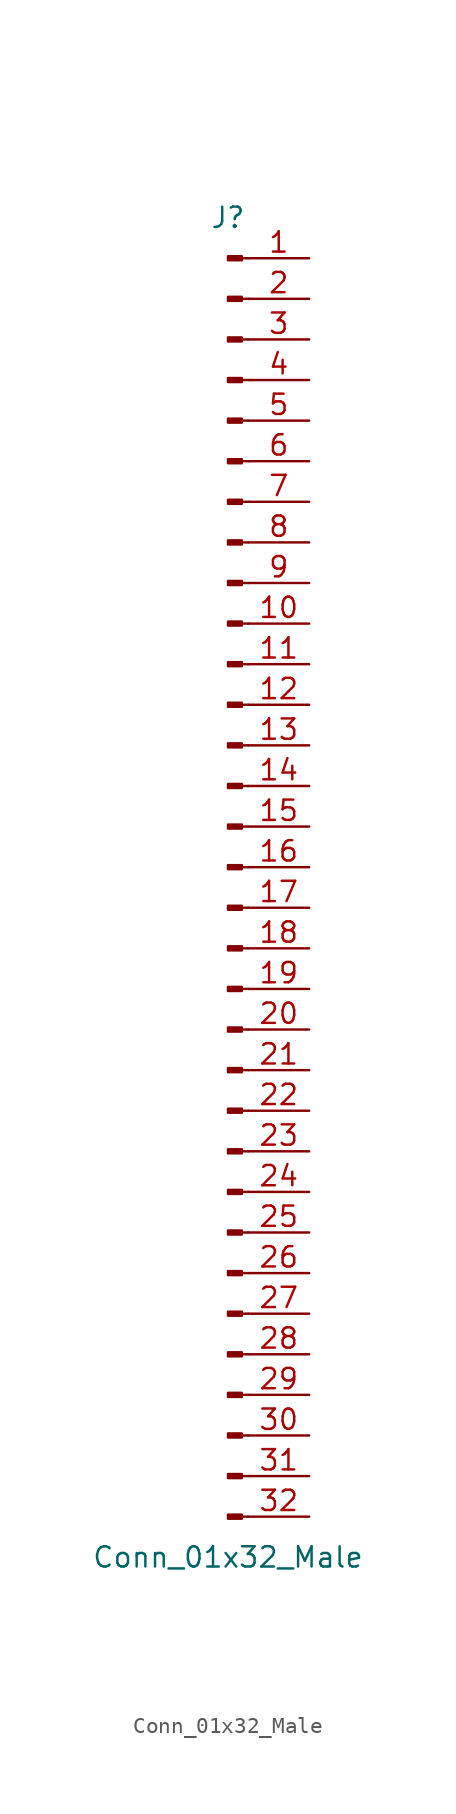
<source format=kicad_sym>
(kicad_symbol_lib
  (version 20220914)
  (generator kicad_symbol_editor)
  (symbol "Conn_01x32_Male"
    (pin_names
      (offset 1.016) hide)
    (property "Reference" "J"
      (at 0 40.64 0)
      (effects (font (size 1.27 1.27))))
    (property "Value" "Conn_01x32_Male"
      (at 0 -43.18 0)
      (effects (font (size 1.27 1.27))))
    (symbol "Conn_01x32_Male_1_1"
      (polyline (pts (xy 1.27 -40.64) (xy 0.864 -40.64)) (stroke (width 0.152) (type default)) (fill (type none)))
      (polyline (pts (xy 1.27 -38.1) (xy 0.864 -38.1)) (stroke (width 0.152) (type default)) (fill (type none)))
      (polyline (pts (xy 1.27 -35.56) (xy 0.864 -35.56)) (stroke (width 0.152) (type default)) (fill (type none)))
      (polyline (pts (xy 1.27 -33.02) (xy 0.864 -33.02)) (stroke (width 0.152) (type default)) (fill (type none)))
      (polyline (pts (xy 1.27 -30.48) (xy 0.864 -30.48)) (stroke (width 0.152) (type default)) (fill (type none)))
      (polyline (pts (xy 1.27 -27.94) (xy 0.864 -27.94)) (stroke (width 0.152) (type default)) (fill (type none)))
      (polyline (pts (xy 1.27 -25.4) (xy 0.864 -25.4)) (stroke (width 0.152) (type default)) (fill (type none)))
      (polyline (pts (xy 1.27 -22.86) (xy 0.864 -22.86)) (stroke (width 0.152) (type default)) (fill (type none)))
      (polyline (pts (xy 1.27 -20.32) (xy 0.864 -20.32)) (stroke (width 0.152) (type default)) (fill (type none)))
      (polyline (pts (xy 1.27 -17.78) (xy 0.864 -17.78)) (stroke (width 0.152) (type default)) (fill (type none)))
      (polyline (pts (xy 1.27 -15.24) (xy 0.864 -15.24)) (stroke (width 0.152) (type default)) (fill (type none)))
      (polyline (pts (xy 1.27 -12.7) (xy 0.864 -12.7)) (stroke (width 0.152) (type default)) (fill (type none)))
      (polyline (pts (xy 1.27 -10.16) (xy 0.864 -10.16)) (stroke (width 0.152) (type default)) (fill (type none)))
      (polyline (pts (xy 1.27 -7.62) (xy 0.864 -7.62)) (stroke (width 0.152) (type default)) (fill (type none)))
      (polyline (pts (xy 1.27 -5.08) (xy 0.864 -5.08)) (stroke (width 0.152) (type default)) (fill (type none)))
      (polyline (pts (xy 1.27 -2.54) (xy 0.864 -2.54)) (stroke (width 0.152) (type default)) (fill (type none)))
      (polyline (pts (xy 1.27 0) (xy 0.864 0)) (stroke (width 0.152) (type default)) (fill (type none)))
      (polyline (pts (xy 1.27 2.54) (xy 0.864 2.54)) (stroke (width 0.152) (type default)) (fill (type none)))
      (polyline (pts (xy 1.27 5.08) (xy 0.864 5.08)) (stroke (width 0.152) (type default)) (fill (type none)))
      (polyline (pts (xy 1.27 7.62) (xy 0.864 7.62)) (stroke (width 0.152) (type default)) (fill (type none)))
      (polyline (pts (xy 1.27 10.16) (xy 0.864 10.16)) (stroke (width 0.152) (type default)) (fill (type none)))
      (polyline (pts (xy 1.27 12.7) (xy 0.864 12.7)) (stroke (width 0.152) (type default)) (fill (type none)))
      (polyline (pts (xy 1.27 15.24) (xy 0.864 15.24)) (stroke (width 0.152) (type default)) (fill (type none)))
      (polyline (pts (xy 1.27 17.78) (xy 0.864 17.78)) (stroke (width 0.152) (type default)) (fill (type none)))
      (polyline (pts (xy 1.27 20.32) (xy 0.864 20.32)) (stroke (width 0.152) (type default)) (fill (type none)))
      (polyline (pts (xy 1.27 22.86) (xy 0.864 22.86)) (stroke (width 0.152) (type default)) (fill (type none)))
      (polyline (pts (xy 1.27 25.4) (xy 0.864 25.4)) (stroke (width 0.152) (type default)) (fill (type none)))
      (polyline (pts (xy 1.27 27.94) (xy 0.864 27.94)) (stroke (width 0.152) (type default)) (fill (type none)))
      (polyline (pts (xy 1.27 30.48) (xy 0.864 30.48)) (stroke (width 0.152) (type default)) (fill (type none)))
      (polyline (pts (xy 1.27 33.02) (xy 0.864 33.02)) (stroke (width 0.152) (type default)) (fill (type none)))
      (polyline (pts (xy 1.27 35.56) (xy 0.864 35.56)) (stroke (width 0.152) (type default)) (fill (type none)))
      (polyline (pts (xy 1.27 38.1) (xy 0.864 38.1)) (stroke (width 0.152) (type default)) (fill (type none)))
      (rectangle (start 0.864 -40.513) (end 0 -40.767) (stroke (width 0.152) (type default)) (fill (type outline)))
      (rectangle (start 0.864 -37.973) (end 0 -38.227) (stroke (width 0.152) (type default)) (fill (type outline)))
      (rectangle (start 0.864 -35.433) (end 0 -35.687) (stroke (width 0.152) (type default)) (fill (type outline)))
      (rectangle (start 0.864 -32.893) (end 0 -33.147) (stroke (width 0.152) (type default)) (fill (type outline)))
      (rectangle (start 0.864 -30.353) (end 0 -30.607) (stroke (width 0.152) (type default)) (fill (type outline)))
      (rectangle (start 0.864 -27.813) (end 0 -28.067) (stroke (width 0.152) (type default)) (fill (type outline)))
      (rectangle (start 0.864 -25.273) (end 0 -25.527) (stroke (width 0.152) (type default)) (fill (type outline)))
      (rectangle (start 0.864 -22.733) (end 0 -22.987) (stroke (width 0.152) (type default)) (fill (type outline)))
      (rectangle (start 0.864 -20.193) (end 0 -20.447) (stroke (width 0.152) (type default)) (fill (type outline)))
      (rectangle (start 0.864 -17.653) (end 0 -17.907) (stroke (width 0.152) (type default)) (fill (type outline)))
      (rectangle (start 0.864 -15.113) (end 0 -15.367) (stroke (width 0.152) (type default)) (fill (type outline)))
      (rectangle (start 0.864 -12.573) (end 0 -12.827) (stroke (width 0.152) (type default)) (fill (type outline)))
      (rectangle (start 0.864 -10.033) (end 0 -10.287) (stroke (width 0.152) (type default)) (fill (type outline)))
      (rectangle (start 0.864 -7.493) (end 0 -7.747) (stroke (width 0.152) (type default)) (fill (type outline)))
      (rectangle (start 0.864 -4.953) (end 0 -5.207) (stroke (width 0.152) (type default)) (fill (type outline)))
      (rectangle (start 0.864 -2.413) (end 0 -2.667) (stroke (width 0.152) (type default)) (fill (type outline)))
      (rectangle (start 0.864 0.127) (end 0 -0.127) (stroke (width 0.152) (type default)) (fill (type outline)))
      (rectangle (start 0.864 2.667) (end 0 2.413) (stroke (width 0.152) (type default)) (fill (type outline)))
      (rectangle (start 0.864 5.207) (end 0 4.953) (stroke (width 0.152) (type default)) (fill (type outline)))
      (rectangle (start 0.864 7.747) (end 0 7.493) (stroke (width 0.152) (type default)) (fill (type outline)))
      (rectangle (start 0.864 10.287) (end 0 10.033) (stroke (width 0.152) (type default)) (fill (type outline)))
      (rectangle (start 0.864 12.827) (end 0 12.573) (stroke (width 0.152) (type default)) (fill (type outline)))
      (rectangle (start 0.864 15.367) (end 0 15.113) (stroke (width 0.152) (type default)) (fill (type outline)))
      (rectangle (start 0.864 17.907) (end 0 17.653) (stroke (width 0.152) (type default)) (fill (type outline)))
      (rectangle (start 0.864 20.447) (end 0 20.193) (stroke (width 0.152) (type default)) (fill (type outline)))
      (rectangle (start 0.864 22.987) (end 0 22.733) (stroke (width 0.152) (type default)) (fill (type outline)))
      (rectangle (start 0.864 25.527) (end 0 25.273) (stroke (width 0.152) (type default)) (fill (type outline)))
      (rectangle (start 0.864 28.067) (end 0 27.813) (stroke (width 0.152) (type default)) (fill (type outline)))
      (rectangle (start 0.864 30.607) (end 0 30.353) (stroke (width 0.152) (type default)) (fill (type outline)))
      (rectangle (start 0.864 33.147) (end 0 32.893) (stroke (width 0.152) (type default)) (fill (type outline)))
      (rectangle (start 0.864 35.687) (end 0 35.433) (stroke (width 0.152) (type default)) (fill (type outline)))
      (rectangle (start 0.864 38.227) (end 0 37.973) (stroke (width 0.152) (type default)) (fill (type outline)))
      (pin passive line (at 5.08 38.1 180) (length 3.81) (name "Pin_1" (effects (font (size 1.27 1.27)))) (number "1" (effects (font (size 1.27 1.27)))))
      (pin passive line (at 5.08 15.24 180) (length 3.81) (name "Pin_10" (effects (font (size 1.27 1.27)))) (number "10" (effects (font (size 1.27 1.27)))))
      (pin passive line (at 5.08 12.7 180) (length 3.81) (name "Pin_11" (effects (font (size 1.27 1.27)))) (number "11" (effects (font (size 1.27 1.27)))))
      (pin passive line (at 5.08 10.16 180) (length 3.81) (name "Pin_12" (effects (font (size 1.27 1.27)))) (number "12" (effects (font (size 1.27 1.27)))))
      (pin passive line (at 5.08 7.62 180) (length 3.81) (name "Pin_13" (effects (font (size 1.27 1.27)))) (number "13" (effects (font (size 1.27 1.27)))))
      (pin passive line (at 5.08 5.08 180) (length 3.81) (name "Pin_14" (effects (font (size 1.27 1.27)))) (number "14" (effects (font (size 1.27 1.27)))))
      (pin passive line (at 5.08 2.54 180) (length 3.81) (name "Pin_15" (effects (font (size 1.27 1.27)))) (number "15" (effects (font (size 1.27 1.27)))))
      (pin passive line (at 5.08 0 180) (length 3.81) (name "Pin_16" (effects (font (size 1.27 1.27)))) (number "16" (effects (font (size 1.27 1.27)))))
      (pin passive line (at 5.08 -2.54 180) (length 3.81) (name "Pin_17" (effects (font (size 1.27 1.27)))) (number "17" (effects (font (size 1.27 1.27)))))
      (pin passive line (at 5.08 -5.08 180) (length 3.81) (name "Pin_18" (effects (font (size 1.27 1.27)))) (number "18" (effects (font (size 1.27 1.27)))))
      (pin passive line (at 5.08 -7.62 180) (length 3.81) (name "Pin_19" (effects (font (size 1.27 1.27)))) (number "19" (effects (font (size 1.27 1.27)))))
      (pin passive line (at 5.08 35.56 180) (length 3.81) (name "Pin_2" (effects (font (size 1.27 1.27)))) (number "2" (effects (font (size 1.27 1.27)))))
      (pin passive line (at 5.08 -10.16 180) (length 3.81) (name "Pin_20" (effects (font (size 1.27 1.27)))) (number "20" (effects (font (size 1.27 1.27)))))
      (pin passive line (at 5.08 -12.7 180) (length 3.81) (name "Pin_21" (effects (font (size 1.27 1.27)))) (number "21" (effects (font (size 1.27 1.27)))))
      (pin passive line (at 5.08 -15.24 180) (length 3.81) (name "Pin_22" (effects (font (size 1.27 1.27)))) (number "22" (effects (font (size 1.27 1.27)))))
      (pin passive line (at 5.08 -17.78 180) (length 3.81) (name "Pin_23" (effects (font (size 1.27 1.27)))) (number "23" (effects (font (size 1.27 1.27)))))
      (pin passive line (at 5.08 -20.32 180) (length 3.81) (name "Pin_24" (effects (font (size 1.27 1.27)))) (number "24" (effects (font (size 1.27 1.27)))))
      (pin passive line (at 5.08 -22.86 180) (length 3.81) (name "Pin_25" (effects (font (size 1.27 1.27)))) (number "25" (effects (font (size 1.27 1.27)))))
      (pin passive line (at 5.08 -25.4 180) (length 3.81) (name "Pin_26" (effects (font (size 1.27 1.27)))) (number "26" (effects (font (size 1.27 1.27)))))
      (pin passive line (at 5.08 -27.94 180) (length 3.81) (name "Pin_27" (effects (font (size 1.27 1.27)))) (number "27" (effects (font (size 1.27 1.27)))))
      (pin passive line (at 5.08 -30.48 180) (length 3.81) (name "Pin_28" (effects (font (size 1.27 1.27)))) (number "28" (effects (font (size 1.27 1.27)))))
      (pin passive line (at 5.08 -33.02 180) (length 3.81) (name "Pin_29" (effects (font (size 1.27 1.27)))) (number "29" (effects (font (size 1.27 1.27)))))
      (pin passive line (at 5.08 33.02 180) (length 3.81) (name "Pin_3" (effects (font (size 1.27 1.27)))) (number "3" (effects (font (size 1.27 1.27)))))
      (pin passive line (at 5.08 -35.56 180) (length 3.81) (name "Pin_30" (effects (font (size 1.27 1.27)))) (number "30" (effects (font (size 1.27 1.27)))))
      (pin passive line (at 5.08 -38.1 180) (length 3.81) (name "Pin_31" (effects (font (size 1.27 1.27)))) (number "31" (effects (font (size 1.27 1.27)))))
      (pin passive line (at 5.08 -40.64 180) (length 3.81) (name "Pin_32" (effects (font (size 1.27 1.27)))) (number "32" (effects (font (size 1.27 1.27)))))
      (pin passive line (at 5.08 30.48 180) (length 3.81) (name "Pin_4" (effects (font (size 1.27 1.27)))) (number "4" (effects (font (size 1.27 1.27)))))
      (pin passive line (at 5.08 27.94 180) (length 3.81) (name "Pin_5" (effects (font (size 1.27 1.27)))) (number "5" (effects (font (size 1.27 1.27)))))
      (pin passive line (at 5.08 25.4 180) (length 3.81) (name "Pin_6" (effects (font (size 1.27 1.27)))) (number "6" (effects (font (size 1.27 1.27)))))
      (pin passive line (at 5.08 22.86 180) (length 3.81) (name "Pin_7" (effects (font (size 1.27 1.27)))) (number "7" (effects (font (size 1.27 1.27)))))
      (pin passive line (at 5.08 20.32 180) (length 3.81) (name "Pin_8" (effects (font (size 1.27 1.27)))) (number "8" (effects (font (size 1.27 1.27)))))
      (pin passive line (at 5.08 17.78 180) (length 3.81) (name "Pin_9" (effects (font (size 1.27 1.27)))) (number "9" (effects (font (size 1.27 1.27))))))))
</source>
